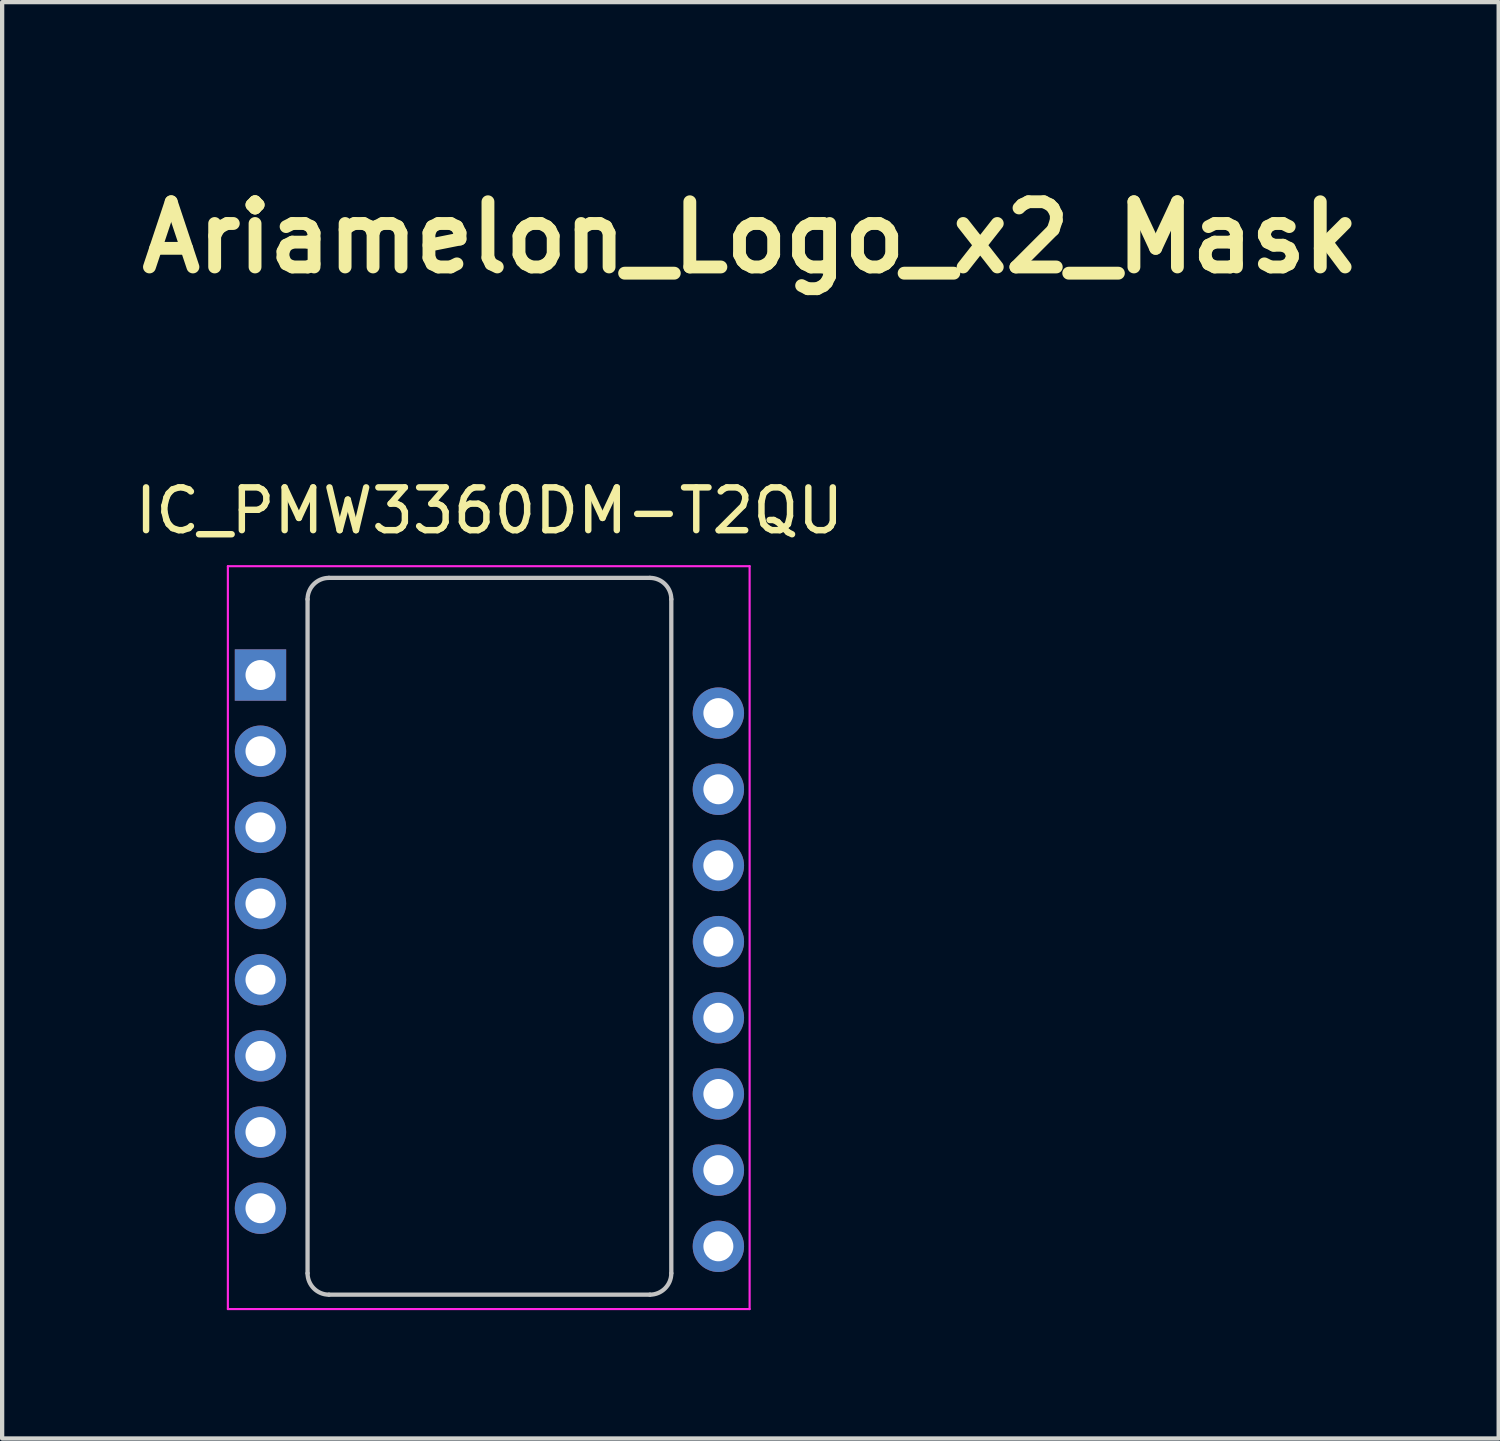
<source format=kicad_pcb>
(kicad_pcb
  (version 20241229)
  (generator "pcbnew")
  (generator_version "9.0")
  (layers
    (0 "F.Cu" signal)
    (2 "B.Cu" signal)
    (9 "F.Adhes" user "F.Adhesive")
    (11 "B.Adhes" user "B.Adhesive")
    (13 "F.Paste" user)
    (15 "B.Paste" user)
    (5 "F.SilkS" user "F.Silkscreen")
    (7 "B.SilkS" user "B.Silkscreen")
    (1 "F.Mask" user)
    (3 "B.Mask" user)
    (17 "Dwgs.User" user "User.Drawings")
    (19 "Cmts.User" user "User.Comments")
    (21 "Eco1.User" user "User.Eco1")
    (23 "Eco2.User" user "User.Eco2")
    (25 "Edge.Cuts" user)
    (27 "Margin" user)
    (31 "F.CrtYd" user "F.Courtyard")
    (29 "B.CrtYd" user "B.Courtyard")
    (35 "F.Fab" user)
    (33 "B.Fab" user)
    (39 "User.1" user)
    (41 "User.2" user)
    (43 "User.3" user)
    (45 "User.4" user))
  (footprint "Ariamelon_Logo_x2_Mask"
    (layer "F.Cu")
    (at 14.485 2.499)
    (property "Reference" "Ariamelon_Logo_x2_Mask" (at 0 0 0) (layer "F.SilkS") (effects (font (size 1.524 1.524) (thickness 0.3))))
    (attr board_only exclude_from_pos_files exclude_from_bom)
    (fp_poly (pts (xy -8.311 1.007) (xy -8.297 1.111) (xy -8.392 1.33) (xy -8.467 1.355) (xy -8.603 1.212) (xy -8.636 1.006) (xy -8.571 0.772) (xy -8.467 0.762)) (stroke (width 0) (type solid)) (fill yes) (layer "F.Mask"))
    (fp_poly (pts (xy -7.195 0.277) (xy -7.115 0.55) (xy -7.22 0.672) (xy -7.432 0.615) (xy -7.535 0.508) (xy -7.557 0.225) (xy -7.524 0.151) (xy -7.367 0.107)) (stroke (width 0) (type solid)) (fill yes) (layer "F.Mask"))
    (fp_poly (pts (xy -6.118 -0.43) (xy -6.128 -0.328) (xy -6.342 -0.071) (xy -6.424 -0.032) (xy -6.582 -0.078) (xy -6.572 -0.18) (xy -6.358 -0.437) (xy -6.276 -0.476)) (stroke (width 0) (type solid)) (fill yes) (layer "F.Mask"))
    (fp_poly (pts (xy -5.527 -1.237) (xy -5.422 -1.004) (xy -5.531 -0.853) (xy -5.578 -0.847) (xy -5.809 -0.969) (xy -5.835 -1.004) (xy -5.827 -1.205) (xy -5.648 -1.293)) (stroke (width 0) (type solid)) (fill yes) (layer "F.Mask"))
    (fp_poly (pts (xy -2.376 -1.056) (xy -2.371 -1.016) (xy -2.5 -0.852) (xy -2.54 -0.847) (xy -2.704 -0.976) (xy -2.709 -1.016) (xy -2.58 -1.18) (xy -2.54 -1.185)) (stroke (width 0) (type solid)) (fill yes) (layer "F.Mask"))
    (fp_poly (pts (xy -4.741 -2.499) (xy -4.521 -2.293) (xy -4.43 -1.794) (xy -4.47 -1.02) (xy -4.582 -0.296) (xy -4.691 0.413) (xy -4.7 0.896) (xy -4.61 1.253) (xy -4.598 1.28) (xy -4.397 1.587) (xy -4.233 1.576) (xy -4.118 1.263) (xy -4.066 0.668) (xy -4.064 0.498) (xy -4.038 -0.039) (xy -3.97 -0.403) (xy -3.895 -0.508) (xy -3.73 -0.383) (xy -3.725 -0.344) (xy -3.602 -0.233) (xy -3.514 -0.245) (xy -2.927 -0.41) (xy -2.586 -0.435) (xy -2.417 -0.29) (xy -2.347 0.053) (xy -2.333 0.211) (xy -2.293 0.651) (xy -2.245 0.787) (xy -2.156 0.652) (xy -2.073 0.464) (xy -1.759 0.025) (xy -1.33 -0.247) (xy -0.891 -0.297) (xy -0.707 -0.224) (xy -0.508 0.047) (xy -0.427 0.565) (xy -0.423 0.768) (xy -0.38 1.316) (xy -0.261 1.618) (xy -0.212 1.651) (xy -0.082 1.585) (xy -0.015 1.252) (xy 0 0.786) (xy 0.043 0.124) (xy 0.179 -0.221) (xy 0.416 -0.261) (xy 0.688 -0.075) (xy 0.951 0.124) (xy 1.155 0.083) (xy 1.344 -0.075) (xy 1.672 -0.276) (xy 1.893 -0.176) (xy 2.017 0.235) (xy 2.051 0.73) (xy 2.069 1.609) (xy 2.214 0.871) (xy 2.285 0.619) (xy 2.709 0.619) (xy 2.776 0.77) (xy 3.026 0.689) (xy 3.039 0.682) (xy 3.347 0.473) (xy 3.465 0.349) (xy 3.441 0.134) (xy 3.382 0.082) (xy 3.118 0.084) (xy 2.849 0.288) (xy 2.711 0.587) (xy 2.709 0.619) (xy 2.285 0.619) (xy 2.404 0.194) (xy 2.666 -0.193) (xy 3.036 -0.335) (xy 3.12 -0.339) (xy 3.606 -0.23) (xy 3.846 0.048) (xy 3.832 0.423) (xy 3.555 0.822) (xy 3.283 1.027) (xy 2.918 1.276) (xy 2.818 1.433) (xy 2.943 1.557) (xy 2.948 1.56) (xy 3.397 1.639) (xy 3.835 1.429) (xy 4.132 1.046) (xy 4.272 0.561) (xy 4.302 -0.163) (xy 4.279 -0.598) (xy 4.256 -1.101) (xy 4.615 -1.101) (xy 4.628 -0.752) (xy 4.667 -0.662) (xy 4.688 -0.718) (xy 4.72 -1.124) (xy 4.692 -1.395) (xy 4.647 -1.489) (xy 4.619 -1.285) (xy 4.615 -1.101) (xy 4.256 -1.101) (xy 4.248 -1.269) (xy 4.279 -1.686) (xy 4.384 -1.932) (xy 4.46 -2.009) (xy 4.753 -2.144) (xy 4.903 -2.121) (xy 5.016 -1.882) (xy 5.067 -1.403) (xy 5.055 -0.78) (xy 4.982 -0.107) (xy 4.904 0.303) (xy 4.818 0.972) (xy 4.913 1.4) (xy 5.176 1.566) (xy 5.507 1.492) (xy 5.853 1.282) (xy 5.884 1.073) (xy 5.673 0.847) (xy 5.44 0.517) (xy 5.487 0.34) (xy 5.913 0.34) (xy 5.987 0.648) (xy 6.199 0.976) (xy 6.501 1.319) (xy 6.73 1.51) (xy 6.773 1.524) (xy 6.959 1.402) (xy 7.248 1.098) (xy 7.347 0.976) (xy 7.6 0.557) (xy 7.618 0.291) (xy 7.417 0.222) (xy 7.13 0.329) (xy 6.714 0.432) (xy 6.416 0.329) (xy 6.061 0.218) (xy 5.913 0.34) (xy 5.487 0.34) (xy 5.534 0.162) (xy 5.757 -0.085) (xy 6.024 -0.29) (xy 6.224 -0.259) (xy 6.435 -0.085) (xy 6.699 0.12) (xy 6.9 0.091) (xy 7.118 -0.09) (xy 7.376 -0.292) (xy 7.568 -0.271) (xy 7.827 -0.038) (xy 8.068 0.26) (xy 8.071 0.524) (xy 7.97 0.74) (xy 7.847 1.152) (xy 7.934 1.442) (xy 8.138 1.524) (xy 8.226 1.371) (xy 8.284 0.977) (xy 8.297 0.612) (xy 8.297 -0.299) (xy 9.076 -0.273) (xy 9.719 -0.179) (xy 10.073 0.053) (xy 10.224 0.381) (xy 10.354 0.863) (xy 10.442 1.377) (xy 10.467 1.8) (xy 10.417 2) (xy 10.26 1.992) (xy 10.107 1.746) (xy 10.008 1.359) (xy 9.993 1.155) (xy 9.874 0.677) (xy 9.582 0.309) (xy 9.223 0.169) (xy 8.943 0.321) (xy 8.728 0.703) (xy 8.636 1.208) (xy 8.636 1.238) (xy 8.536 1.648) (xy 8.379 1.865) (xy 8.136 1.981) (xy 7.872 1.85) (xy 7.786 1.775) (xy 7.521 1.571) (xy 7.319 1.605) (xy 7.115 1.775) (xy 6.827 1.973) (xy 6.594 1.919) (xy 6.517 1.861) (xy 6.279 1.738) (xy 5.951 1.759) (xy 5.563 1.871) (xy 5.111 2) (xy 4.858 1.996) (xy 4.69 1.852) (xy 4.674 1.83) (xy 4.49 1.659) (xy 4.246 1.69) (xy 4.031 1.794) (xy 3.573 1.93) (xy 2.945 1.989) (xy 2.684 1.986) (xy 2.145 1.942) (xy 1.859 1.848) (xy 1.744 1.671) (xy 1.731 1.608) (xy 1.616 0.978) (xy 1.501 0.649) (xy 1.372 0.584) (xy 1.35 0.596) (xy 1.245 0.816) (xy 1.188 1.235) (xy 1.185 1.365) (xy 1.147 1.785) (xy 1.052 2.016) (xy 1.016 2.032) (xy 0.909 1.882) (xy 0.851 1.508) (xy 0.847 1.365) (xy 0.808 0.915) (xy 0.714 0.627) (xy 0.682 0.596) (xy 0.549 0.623) (xy 0.433 0.911) (xy 0.318 1.495) (xy 0.301 1.609) (xy 0.21 1.82) (xy -0.039 1.932) (xy -0.533 1.983) (xy -0.582 1.985) (xy -1.119 1.97) (xy -1.534 1.887) (xy -1.652 1.827) (xy -1.887 1.726) (xy -2.038 1.872) (xy -2.232 2.017) (xy -2.419 1.863) (xy -2.575 1.446) (xy -2.652 0.966) (xy -1.787 0.966) (xy -1.705 1.164) (xy -1.416 1.474) (xy -1.099 1.468) (xy -0.853 1.196) (xy -0.698 0.727) (xy -0.714 0.302) (xy -0.864 0.074) (xy -1.095 0.104) (xy -1.42 0.329) (xy -1.474 0.381) (xy -1.748 0.707) (xy -1.787 0.966) (xy -2.652 0.966) (xy -2.67 0.857) (xy -2.743 0.336) (xy -2.858 0.077) (xy -3.049 0.000498) (xy -3.074 0) (xy -3.379 0.155) (xy -3.606 0.572) (xy -3.719 1.174) (xy -3.725 1.371) (xy -3.822 1.82) (xy -4.064 2.022) (xy -4.379 1.99) (xy -4.696 1.737) (xy -4.941 1.274) (xy -4.977 1.15) (xy -5.128 0.556) (xy -5.796 1.224) (xy -6.744 1.976) (xy -7.777 2.408) (xy -8.829 2.536) (xy -9.532 2.491) (xy -10.011 2.331) (xy -10.184 2.213) (xy -10.403 1.961) (xy -10.108 1.961) (xy -9.822 2.143) (xy -9.779 2.164) (xy -9.023 2.345) (xy -8.094 2.252) (xy -7.569 2.102) (xy -6.879 1.756) (xy -6.165 1.216) (xy -5.512 0.567) (xy -5.005 -0.108) (xy -4.739 -0.686) (xy -4.614 -1.372) (xy -4.628 -1.924) (xy -4.775 -2.268) (xy -4.876 -2.332) (xy -5.02 -2.291) (xy -4.991 -1.988) (xy -4.99 -1.987) (xy -4.974 -1.373) (xy -5.157 -0.652) (xy -5.497 0.046) (xy -5.753 0.392) (xy -6.191 0.797) (xy -6.772 1.219) (xy -7.115 1.425) (xy -7.668 1.696) (xy -8.141 1.826) (xy -8.697 1.85) (xy -9.074 1.831) (xy -9.742 1.809) (xy -10.084 1.851) (xy -10.108 1.961) (xy -10.403 1.961) (xy -10.448 1.909) (xy -10.414 1.719) (xy -10.271 1.591) (xy -9.698 1.591) (xy -9.393 1.697) (xy -8.877 1.696) (xy -8.258 1.601) (xy -7.64 1.425) (xy -7.303 1.281) (xy -6.433 0.705) (xy -5.744 -0.02) (xy -5.308 -0.816) (xy -5.26 -0.969) (xy -5.11 -1.61) (xy -5.099 -1.957) (xy -5.181 -2.032) (xy -5.347 -1.933) (xy -5.719 -1.666) (xy -6.24 -1.273) (xy -6.747 -0.877) (xy -7.447 -0.328) (xy -8.143 0.215) (xy -8.735 0.675) (xy -9.007 0.883) (xy -9.412 1.22) (xy -9.659 1.48) (xy -9.698 1.591) (xy -10.271 1.591) (xy -10.084 1.424) (xy -9.57 1.003) (xy -8.92 0.492) (xy -8.184 -0.072) (xy -7.413 -0.652) (xy -6.654 -1.211) (xy -5.959 -1.712) (xy -5.377 -2.118) (xy -4.957 -2.393) (xy -4.749 -2.499)) (stroke (width 0) (type solid)) (fill yes) (layer "F.Mask")))
  (footprint "IC_PMW3360DM-T2QU"
    (layer "F.Cu")
    (at 8.387 18.384)
    (property "Reference" "IC_PMW3360DM-T2QU" (at 0 -9.5 0) (unlocked yes) (layer "F.SilkS") (effects (font (size 1 1) (thickness 0.15))))
    (attr through_hole)
    (fp_line (start -4.25 8.32) (end -4.25 -7.43) (stroke (width 0.1) (type solid)) (layer "Dwgs.User"))
    (fp_line (start -3.75 -7.93) (end 3.75 -7.93) (stroke (width 0.1) (type solid)) (layer "Dwgs.User"))
    (fp_line (start -3.75 8.82) (end 3.75 8.82) (stroke (width 0.1) (type solid)) (layer "Dwgs.User"))
    (fp_line (start 4.25 -7.43) (end 4.25 8.32) (stroke (width 0.1) (type solid)) (layer "Dwgs.User"))
    (fp_arc (start -4.25 -7.43) (mid -4.103554 -7.783554) (end -3.75 -7.93) (stroke (width 0.1) (type solid)) (layer "Dwgs.User"))
    (fp_arc (start -3.75 8.82) (mid -4.103553 8.673553) (end -4.25 8.32) (stroke (width 0.1) (type solid)) (layer "Dwgs.User"))
    (fp_arc (start 3.75 -7.93) (mid 4.103553 -7.783553) (end 4.25 -7.43) (stroke (width 0.1) (type solid)) (layer "Dwgs.User"))
    (fp_arc (start 4.25 8.32) (mid 4.103553 8.673553) (end 3.75 8.82) (stroke (width 0.1) (type solid)) (layer "Dwgs.User"))
    (fp_line (start -6.112 -8.203) (end 6.08 -8.203) (stroke (width 0.05) (type solid)) (layer "F.CrtYd"))
    (fp_line (start -6.112 9.156) (end -6.112 -8.203) (stroke (width 0.05) (type solid)) (layer "F.CrtYd"))
    (fp_line (start 6.08 -8.203) (end 6.08 9.156) (stroke (width 0.05) (type solid)) (layer "F.CrtYd"))
    (fp_line (start 6.08 9.156) (end -6.112 9.156) (stroke (width 0.05) (type solid)) (layer "F.CrtYd"))
    (pad "1" thru_hole rect (at -5.35 -5.66) (size 1.2 1.2) (drill 0.7) (layers "*.Cu" "*.Mask"))
    (pad "2" thru_hole circle (at -5.35 -3.88) (size 1.2 1.2) (drill 0.7) (layers "*.Cu" "*.Mask"))
    (pad "3" thru_hole circle (at -5.35 -2.1) (size 1.2 1.2) (drill 0.7) (layers "*.Cu" "*.Mask"))
    (pad "4" thru_hole circle (at -5.35 -0.32) (size 1.2 1.2) (drill 0.7) (layers "*.Cu" "*.Mask"))
    (pad "5" thru_hole circle (at -5.35 1.46) (size 1.2 1.2) (drill 0.7) (layers "*.Cu" "*.Mask"))
    (pad "6" thru_hole circle (at -5.35 3.24) (size 1.2 1.2) (drill 0.7) (layers "*.Cu" "*.Mask"))
    (pad "7" thru_hole circle (at -5.35 5.02) (size 1.2 1.2) (drill 0.7) (layers "*.Cu" "*.Mask"))
    (pad "8" thru_hole circle (at -5.35 6.8) (size 1.2 1.2) (drill 0.7) (layers "*.Cu" "*.Mask"))
    (pad "9" thru_hole circle (at 5.35 7.69) (size 1.2 1.2) (drill 0.7) (layers "*.Cu" "*.Mask"))
    (pad "10" thru_hole circle (at 5.35 5.91) (size 1.2 1.2) (drill 0.7) (layers "*.Cu" "*.Mask"))
    (pad "11" thru_hole circle (at 5.35 4.13) (size 1.2 1.2) (drill 0.7) (layers "*.Cu" "*.Mask"))
    (pad "12" thru_hole circle (at 5.35 2.35) (size 1.2 1.2) (drill 0.7) (layers "*.Cu" "*.Mask"))
    (pad "13" thru_hole circle (at 5.35 0.57) (size 1.2 1.2) (drill 0.7) (layers "*.Cu" "*.Mask"))
    (pad "14" thru_hole circle (at 5.35 -1.21) (size 1.2 1.2) (drill 0.7) (layers "*.Cu" "*.Mask"))
    (pad "15" thru_hole circle (at 5.35 -2.99) (size 1.2 1.2) (drill 0.7) (layers "*.Cu" "*.Mask"))
    (pad "16" thru_hole circle (at 5.35 -4.77) (size 1.2 1.2) (drill 0.7) (layers "*.Cu" "*.Mask")))
  (gr_rect
    (start -3 -3)
    (end 31.971 30.565)
    (stroke (width 0.1) (type default))
    (fill no)
    (layer "Edge.Cuts")))
</source>
